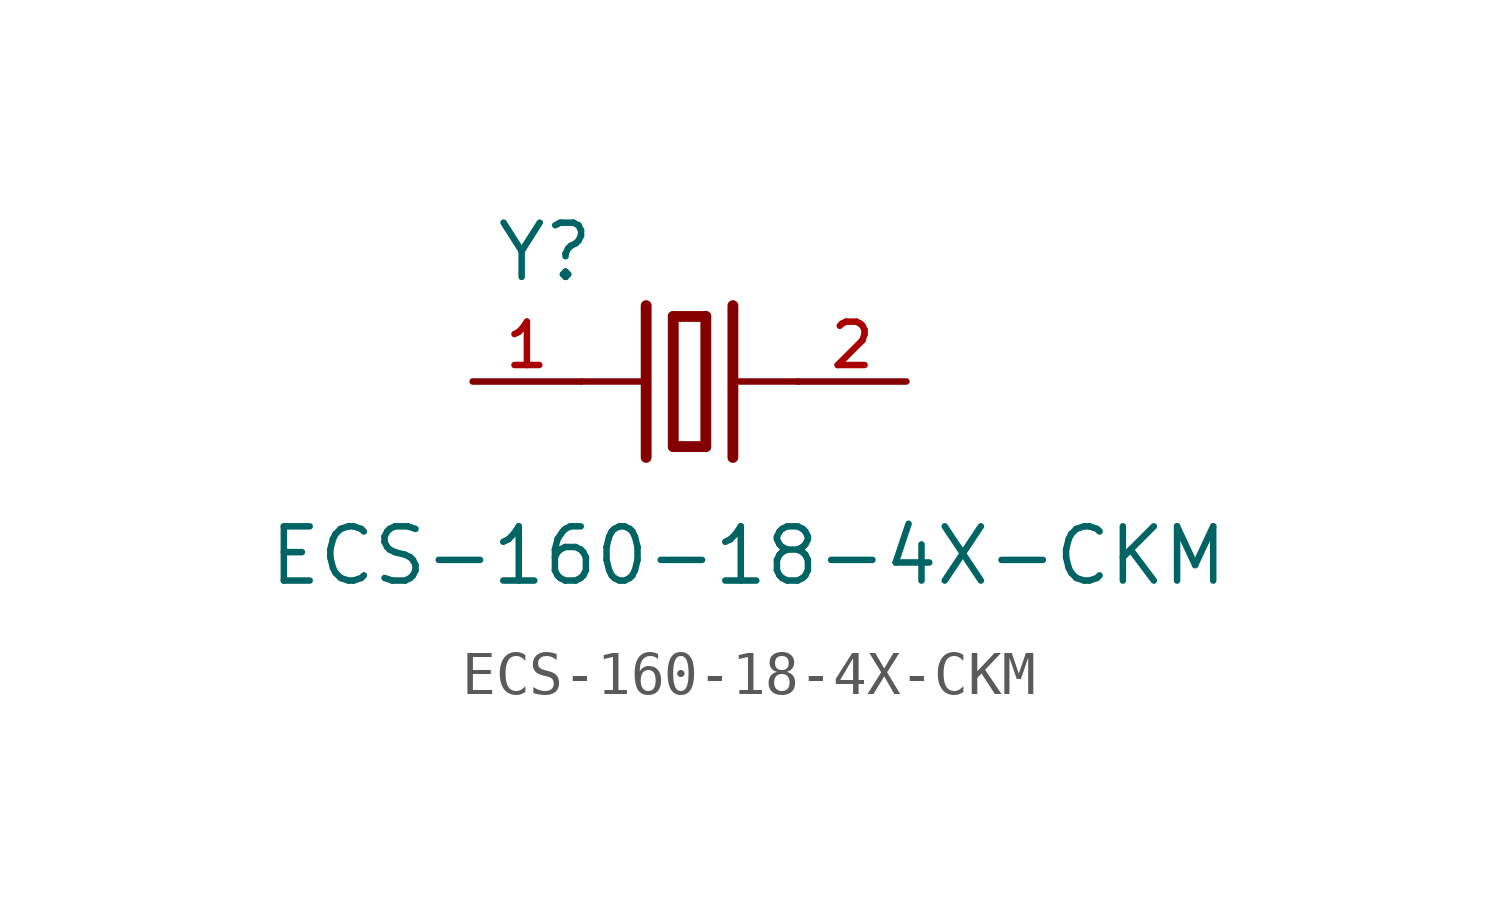
<source format=kicad_sym>
(kicad_symbol_lib
  (version 20231120)
  (generator "kicad_symbol_editor")
  (generator_version "8.0")
  (symbol "ECS-160-18-4X-CKM"
    (pin_names
      (offset 1.016))
    (property "Reference" "Y"
      (at -4.577 2.288 0)
      (effects (font (size 1.27 1.27)) (justify left bottom)))
    (property "Value" "ECS-160-18-4X-CKM"
      (at -9.906 -4.826 0)
      (effects (font (size 1.27 1.27)) (justify left bottom)))
    (symbol "ECS-160-18-4X-CKM_0_0"
      (polyline (pts (xy -2.54 0) (xy -1.016 0)) (stroke (width 0.152) (type default)) (fill (type none)))
      (polyline (pts (xy -1.016 1.778) (xy -1.016 -1.778)) (stroke (width 0.254) (type default)) (fill (type none)))
      (polyline (pts (xy -0.381 -1.524) (xy 0.381 -1.524)) (stroke (width 0.254) (type default)) (fill (type none)))
      (polyline (pts (xy -0.381 1.524) (xy -0.381 -1.524)) (stroke (width 0.254) (type default)) (fill (type none)))
      (polyline (pts (xy 0.381 -1.524) (xy 0.381 1.524)) (stroke (width 0.254) (type default)) (fill (type none)))
      (polyline (pts (xy 0.381 1.524) (xy -0.381 1.524)) (stroke (width 0.254) (type default)) (fill (type none)))
      (polyline (pts (xy 1.016 0) (xy 2.54 0)) (stroke (width 0.152) (type default)) (fill (type none)))
      (polyline (pts (xy 1.016 1.778) (xy 1.016 -1.778)) (stroke (width 0.254) (type default)) (fill (type none)))
      (pin passive line (at -5.08 0 0) (length 2.54) (name "~" (effects (font (size 1.016 1.016)))) (number "1" (effects (font (size 1.016 1.016)))))
      (pin passive line (at 5.08 0 180) (length 2.54) (name "~" (effects (font (size 1.016 1.016)))) (number "2" (effects (font (size 1.016 1.016))))))))
</source>
